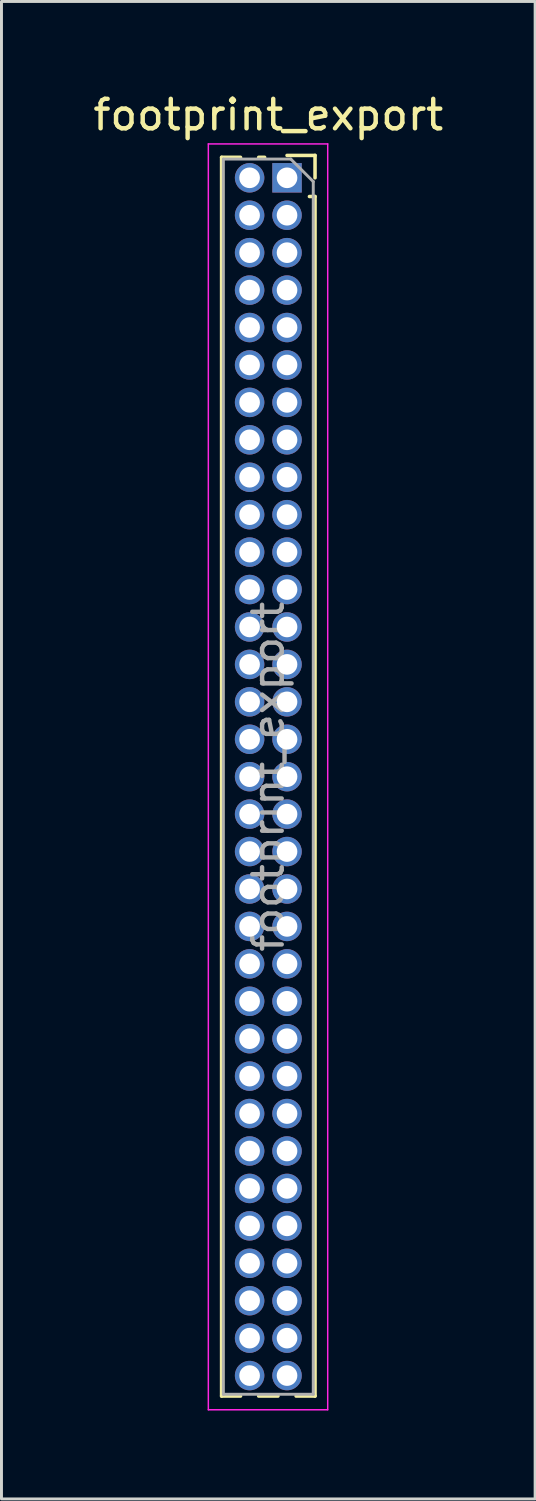
<source format=kicad_pcb>
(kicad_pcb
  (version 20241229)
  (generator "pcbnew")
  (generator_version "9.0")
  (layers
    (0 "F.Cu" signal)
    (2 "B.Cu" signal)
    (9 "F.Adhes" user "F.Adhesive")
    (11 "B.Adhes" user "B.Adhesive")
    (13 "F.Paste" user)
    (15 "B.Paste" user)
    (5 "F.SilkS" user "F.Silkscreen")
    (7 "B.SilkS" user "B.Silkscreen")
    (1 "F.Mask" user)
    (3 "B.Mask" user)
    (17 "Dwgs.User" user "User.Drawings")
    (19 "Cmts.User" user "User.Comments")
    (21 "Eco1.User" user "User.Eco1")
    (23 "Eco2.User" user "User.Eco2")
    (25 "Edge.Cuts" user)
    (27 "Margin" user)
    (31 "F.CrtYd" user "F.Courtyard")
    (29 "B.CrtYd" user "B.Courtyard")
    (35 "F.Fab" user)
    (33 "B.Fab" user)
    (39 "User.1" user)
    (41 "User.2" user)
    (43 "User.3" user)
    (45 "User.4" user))
  (footprint "footprint_export"
    (layer "F.Cu")
    (at 6.689 2.983)
    (property "Reference" "footprint_export" (at -0.635 -2.135 0) (layer "F.SilkS") (effects (font (size 1 1) (thickness 0.15))))
    (attr through_hole)
    (fp_line (start -2.22 -0.695) (end -2.22 41.335) (stroke (width 0.12) (type solid)) (layer "F.SilkS"))
    (fp_line (start -2.22 -0.695) (end -1.578 -0.695) (stroke (width 0.12) (type solid)) (layer "F.SilkS"))
    (fp_line (start -2.22 41.335) (end -1.578 41.335) (stroke (width 0.12) (type solid)) (layer "F.SilkS"))
    (fp_line (start -0.962 -0.695) (end -0.76 -0.695) (stroke (width 0.12) (type solid)) (layer "F.SilkS"))
    (fp_line (start -0.962 41.335) (end -0.308 41.335) (stroke (width 0.12) (type solid)) (layer "F.SilkS"))
    (fp_line (start 0 -0.76) (end 0.95 -0.76) (stroke (width 0.12) (type solid)) (layer "F.SilkS"))
    (fp_line (start 0.308 41.335) (end 0.95 41.335) (stroke (width 0.12) (type solid)) (layer "F.SilkS"))
    (fp_line (start 0.76 0.635) (end 0.95 0.635) (stroke (width 0.12) (type solid)) (layer "F.SilkS"))
    (fp_line (start 0.95 -0.76) (end 0.95 0) (stroke (width 0.12) (type solid)) (layer "F.SilkS"))
    (fp_line (start 0.95 0.635) (end 0.95 41.335) (stroke (width 0.12) (type solid)) (layer "F.SilkS"))
    (fp_line (start -2.67 -1.15) (end 1.38 -1.15) (stroke (width 0.05) (type solid)) (layer "F.CrtYd"))
    (fp_line (start -2.67 41.8) (end -2.67 -1.15) (stroke (width 0.05) (type solid)) (layer "F.CrtYd"))
    (fp_line (start 1.38 -1.15) (end 1.38 41.8) (stroke (width 0.05) (type solid)) (layer "F.CrtYd"))
    (fp_line (start 1.38 41.8) (end -2.67 41.8) (stroke (width 0.05) (type solid)) (layer "F.CrtYd"))
    (fp_line (start -2.16 -0.635) (end 0.128 -0.635) (stroke (width 0.1) (type solid)) (layer "F.Fab"))
    (fp_line (start -2.16 41.275) (end -2.16 -0.635) (stroke (width 0.1) (type solid)) (layer "F.Fab"))
    (fp_line (start 0.128 -0.635) (end 0.89 0.128) (stroke (width 0.1) (type solid)) (layer "F.Fab"))
    (fp_line (start 0.89 0.128) (end 0.89 41.275) (stroke (width 0.1) (type solid)) (layer "F.Fab"))
    (fp_line (start 0.89 41.275) (end -2.16 41.275) (stroke (width 0.1) (type solid)) (layer "F.Fab"))
    (fp_text user "${REFERENCE}" (at -0.635 20.32 90) (layer "F.Fab") (effects (font (size 1 1) (thickness 0.15))))
    (pad "1" thru_hole rect (at 0 0) (size 1 1) (drill 0.7) (layers "*.Cu" "*.Mask"))
    (pad "2" thru_hole oval (at -1.27 0) (size 1 1) (drill 0.7) (layers "*.Cu" "*.Mask"))
    (pad "3" thru_hole oval (at 0 1.27) (size 1 1) (drill 0.7) (layers "*.Cu" "*.Mask"))
    (pad "4" thru_hole oval (at -1.27 1.27) (size 1 1) (drill 0.7) (layers "*.Cu" "*.Mask"))
    (pad "5" thru_hole oval (at 0 2.54) (size 1 1) (drill 0.7) (layers "*.Cu" "*.Mask"))
    (pad "6" thru_hole oval (at -1.27 2.54) (size 1 1) (drill 0.7) (layers "*.Cu" "*.Mask"))
    (pad "7" thru_hole oval (at 0 3.81) (size 1 1) (drill 0.7) (layers "*.Cu" "*.Mask"))
    (pad "8" thru_hole oval (at -1.27 3.81) (size 1 1) (drill 0.7) (layers "*.Cu" "*.Mask"))
    (pad "9" thru_hole oval (at 0 5.08) (size 1 1) (drill 0.7) (layers "*.Cu" "*.Mask"))
    (pad "10" thru_hole oval (at -1.27 5.08) (size 1 1) (drill 0.7) (layers "*.Cu" "*.Mask"))
    (pad "11" thru_hole oval (at 0 6.35) (size 1 1) (drill 0.7) (layers "*.Cu" "*.Mask"))
    (pad "12" thru_hole oval (at -1.27 6.35) (size 1 1) (drill 0.7) (layers "*.Cu" "*.Mask"))
    (pad "13" thru_hole oval (at 0 7.62) (size 1 1) (drill 0.7) (layers "*.Cu" "*.Mask"))
    (pad "14" thru_hole oval (at -1.27 7.62) (size 1 1) (drill 0.7) (layers "*.Cu" "*.Mask"))
    (pad "15" thru_hole oval (at 0 8.89) (size 1 1) (drill 0.7) (layers "*.Cu" "*.Mask"))
    (pad "16" thru_hole oval (at -1.27 8.89) (size 1 1) (drill 0.7) (layers "*.Cu" "*.Mask"))
    (pad "17" thru_hole oval (at 0 10.16) (size 1 1) (drill 0.7) (layers "*.Cu" "*.Mask"))
    (pad "18" thru_hole oval (at -1.27 10.16) (size 1 1) (drill 0.7) (layers "*.Cu" "*.Mask"))
    (pad "19" thru_hole oval (at 0 11.43) (size 1 1) (drill 0.7) (layers "*.Cu" "*.Mask"))
    (pad "20" thru_hole oval (at -1.27 11.43) (size 1 1) (drill 0.7) (layers "*.Cu" "*.Mask"))
    (pad "21" thru_hole oval (at 0 12.7) (size 1 1) (drill 0.7) (layers "*.Cu" "*.Mask"))
    (pad "22" thru_hole oval (at -1.27 12.7) (size 1 1) (drill 0.7) (layers "*.Cu" "*.Mask"))
    (pad "23" thru_hole oval (at 0 13.97) (size 1 1) (drill 0.7) (layers "*.Cu" "*.Mask"))
    (pad "24" thru_hole oval (at -1.27 13.97) (size 1 1) (drill 0.7) (layers "*.Cu" "*.Mask"))
    (pad "25" thru_hole oval (at 0 15.24) (size 1 1) (drill 0.7) (layers "*.Cu" "*.Mask"))
    (pad "26" thru_hole oval (at -1.27 15.24) (size 1 1) (drill 0.7) (layers "*.Cu" "*.Mask"))
    (pad "27" thru_hole oval (at 0 16.51) (size 1 1) (drill 0.7) (layers "*.Cu" "*.Mask"))
    (pad "28" thru_hole oval (at -1.27 16.51) (size 1 1) (drill 0.7) (layers "*.Cu" "*.Mask"))
    (pad "29" thru_hole oval (at 0 17.78) (size 1 1) (drill 0.7) (layers "*.Cu" "*.Mask"))
    (pad "30" thru_hole oval (at -1.27 17.78) (size 1 1) (drill 0.7) (layers "*.Cu" "*.Mask"))
    (pad "31" thru_hole oval (at 0 19.05) (size 1 1) (drill 0.7) (layers "*.Cu" "*.Mask"))
    (pad "32" thru_hole oval (at -1.27 19.05) (size 1 1) (drill 0.7) (layers "*.Cu" "*.Mask"))
    (pad "33" thru_hole oval (at 0 20.32) (size 1 1) (drill 0.7) (layers "*.Cu" "*.Mask"))
    (pad "34" thru_hole oval (at -1.27 20.32) (size 1 1) (drill 0.7) (layers "*.Cu" "*.Mask"))
    (pad "35" thru_hole oval (at 0 21.59) (size 1 1) (drill 0.7) (layers "*.Cu" "*.Mask"))
    (pad "36" thru_hole oval (at -1.27 21.59) (size 1 1) (drill 0.7) (layers "*.Cu" "*.Mask"))
    (pad "37" thru_hole oval (at 0 22.86) (size 1 1) (drill 0.7) (layers "*.Cu" "*.Mask"))
    (pad "38" thru_hole oval (at -1.27 22.86) (size 1 1) (drill 0.7) (layers "*.Cu" "*.Mask"))
    (pad "39" thru_hole oval (at 0 24.13) (size 1 1) (drill 0.7) (layers "*.Cu" "*.Mask"))
    (pad "40" thru_hole oval (at -1.27 24.13) (size 1 1) (drill 0.7) (layers "*.Cu" "*.Mask"))
    (pad "41" thru_hole oval (at 0 25.4) (size 1 1) (drill 0.7) (layers "*.Cu" "*.Mask"))
    (pad "42" thru_hole oval (at -1.27 25.4) (size 1 1) (drill 0.7) (layers "*.Cu" "*.Mask"))
    (pad "43" thru_hole oval (at 0 26.67) (size 1 1) (drill 0.7) (layers "*.Cu" "*.Mask"))
    (pad "44" thru_hole oval (at -1.27 26.67) (size 1 1) (drill 0.7) (layers "*.Cu" "*.Mask"))
    (pad "45" thru_hole oval (at 0 27.94) (size 1 1) (drill 0.7) (layers "*.Cu" "*.Mask"))
    (pad "46" thru_hole oval (at -1.27 27.94) (size 1 1) (drill 0.7) (layers "*.Cu" "*.Mask"))
    (pad "47" thru_hole oval (at 0 29.21) (size 1 1) (drill 0.7) (layers "*.Cu" "*.Mask"))
    (pad "48" thru_hole oval (at -1.27 29.21) (size 1 1) (drill 0.7) (layers "*.Cu" "*.Mask"))
    (pad "49" thru_hole oval (at 0 30.48) (size 1 1) (drill 0.7) (layers "*.Cu" "*.Mask"))
    (pad "50" thru_hole oval (at -1.27 30.48) (size 1 1) (drill 0.7) (layers "*.Cu" "*.Mask"))
    (pad "51" thru_hole oval (at 0 31.75) (size 1 1) (drill 0.7) (layers "*.Cu" "*.Mask"))
    (pad "52" thru_hole oval (at -1.27 31.75) (size 1 1) (drill 0.7) (layers "*.Cu" "*.Mask"))
    (pad "53" thru_hole oval (at 0 33.02) (size 1 1) (drill 0.7) (layers "*.Cu" "*.Mask"))
    (pad "54" thru_hole oval (at -1.27 33.02) (size 1 1) (drill 0.7) (layers "*.Cu" "*.Mask"))
    (pad "55" thru_hole oval (at 0 34.29) (size 1 1) (drill 0.7) (layers "*.Cu" "*.Mask"))
    (pad "56" thru_hole oval (at -1.27 34.29) (size 1 1) (drill 0.7) (layers "*.Cu" "*.Mask"))
    (pad "57" thru_hole oval (at 0 35.56) (size 1 1) (drill 0.7) (layers "*.Cu" "*.Mask"))
    (pad "58" thru_hole oval (at -1.27 35.56) (size 1 1) (drill 0.7) (layers "*.Cu" "*.Mask"))
    (pad "59" thru_hole oval (at 0 36.83) (size 1 1) (drill 0.7) (layers "*.Cu" "*.Mask"))
    (pad "60" thru_hole oval (at -1.27 36.83) (size 1 1) (drill 0.7) (layers "*.Cu" "*.Mask"))
    (pad "61" thru_hole oval (at 0 38.1) (size 1 1) (drill 0.7) (layers "*.Cu" "*.Mask"))
    (pad "62" thru_hole oval (at -1.27 38.1) (size 1 1) (drill 0.7) (layers "*.Cu" "*.Mask"))
    (pad "63" thru_hole oval (at 0 39.37) (size 1 1) (drill 0.7) (layers "*.Cu" "*.Mask"))
    (pad "64" thru_hole oval (at -1.27 39.37) (size 1 1) (drill 0.7) (layers "*.Cu" "*.Mask"))
    (pad "65" thru_hole oval (at 0 40.64) (size 1 1) (drill 0.7) (layers "*.Cu" "*.Mask"))
    (pad "66" thru_hole oval (at -1.27 40.64) (size 1 1) (drill 0.7) (layers "*.Cu" "*.Mask")))
  (gr_rect
    (start -3 -3)
    (end 15.107 47.808)
    (stroke (width 0.1) (type default))
    (fill no)
    (layer "Edge.Cuts")))
</source>
